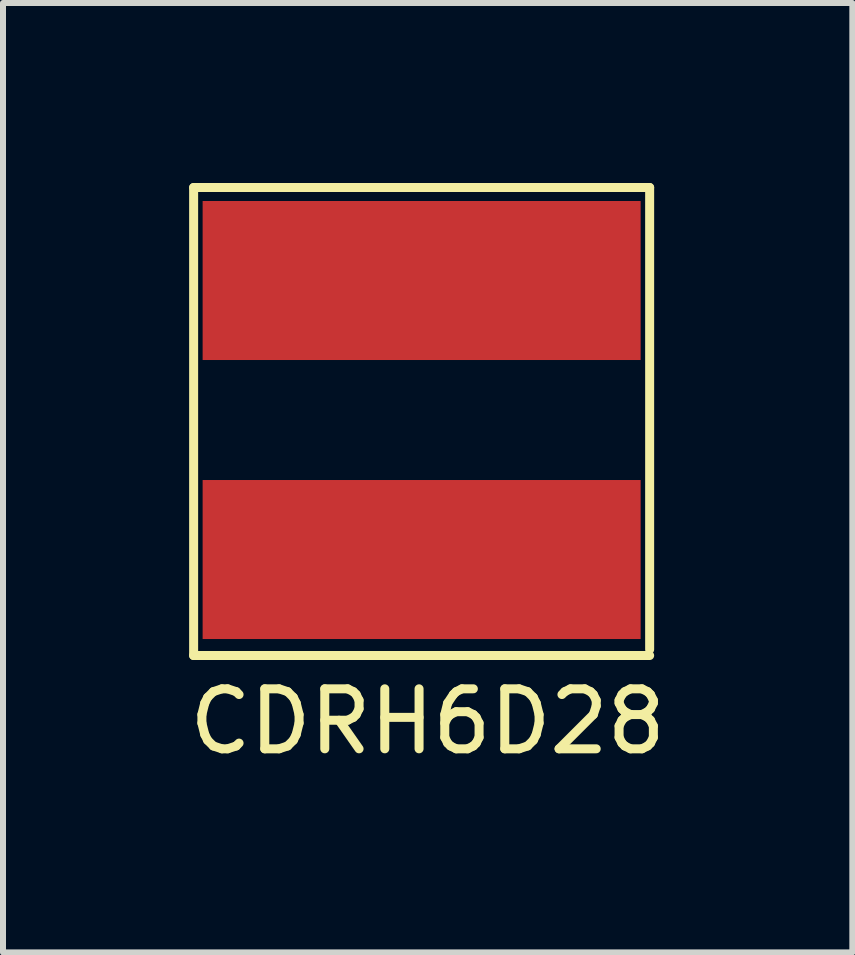
<source format=kicad_pcb>
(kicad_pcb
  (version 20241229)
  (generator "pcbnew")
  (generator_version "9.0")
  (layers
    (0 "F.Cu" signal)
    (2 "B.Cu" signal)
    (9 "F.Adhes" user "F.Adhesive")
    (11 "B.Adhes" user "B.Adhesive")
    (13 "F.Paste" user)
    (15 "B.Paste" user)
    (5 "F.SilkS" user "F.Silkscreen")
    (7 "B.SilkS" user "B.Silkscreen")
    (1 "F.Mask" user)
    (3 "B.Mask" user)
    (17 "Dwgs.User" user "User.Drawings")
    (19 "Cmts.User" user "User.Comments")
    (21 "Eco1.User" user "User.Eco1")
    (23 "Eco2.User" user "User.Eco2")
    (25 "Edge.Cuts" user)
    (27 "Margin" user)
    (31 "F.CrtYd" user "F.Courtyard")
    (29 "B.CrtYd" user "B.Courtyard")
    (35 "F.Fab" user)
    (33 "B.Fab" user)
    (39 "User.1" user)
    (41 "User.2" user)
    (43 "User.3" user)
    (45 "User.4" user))
  (footprint "CDRH6D28"
    (layer "F.Cu")
    (at 3.977 6.275)
    (property "Reference" "CDRH6D28" (at 0.1 2.7 0) (layer "F.SilkS") (effects (font (size 1 1) (thickness 0.15))))
    (attr through_hole)
    (fp_line (start -3.8 -6.2) (end -3.8 1.6) (stroke (width 0.15) (type solid)) (layer "F.SilkS"))
    (fp_line (start -3.8 1.6) (end 3.8 1.6) (stroke (width 0.15) (type solid)) (layer "F.SilkS"))
    (fp_line (start 3.8 -6.2) (end -3.8 -6.2) (stroke (width 0.15) (type solid)) (layer "F.SilkS"))
    (fp_line (start 3.8 1.5) (end 3.8 -6.2) (stroke (width 0.15) (type solid)) (layer "F.SilkS"))
    (pad "1" smd rect (at 0 0) (size 7.3 2.65) (layers "F.Cu" "F.Mask" "F.Paste"))
    (pad "2" smd rect (at 0 -4.65) (size 7.3 2.65) (layers "F.Cu" "F.Mask" "F.Paste")))
  (gr_rect
    (start -3 -3)
    (end 11.155 12.823)
    (stroke (width 0.1) (type default))
    (fill no)
    (layer "Edge.Cuts")))
</source>
